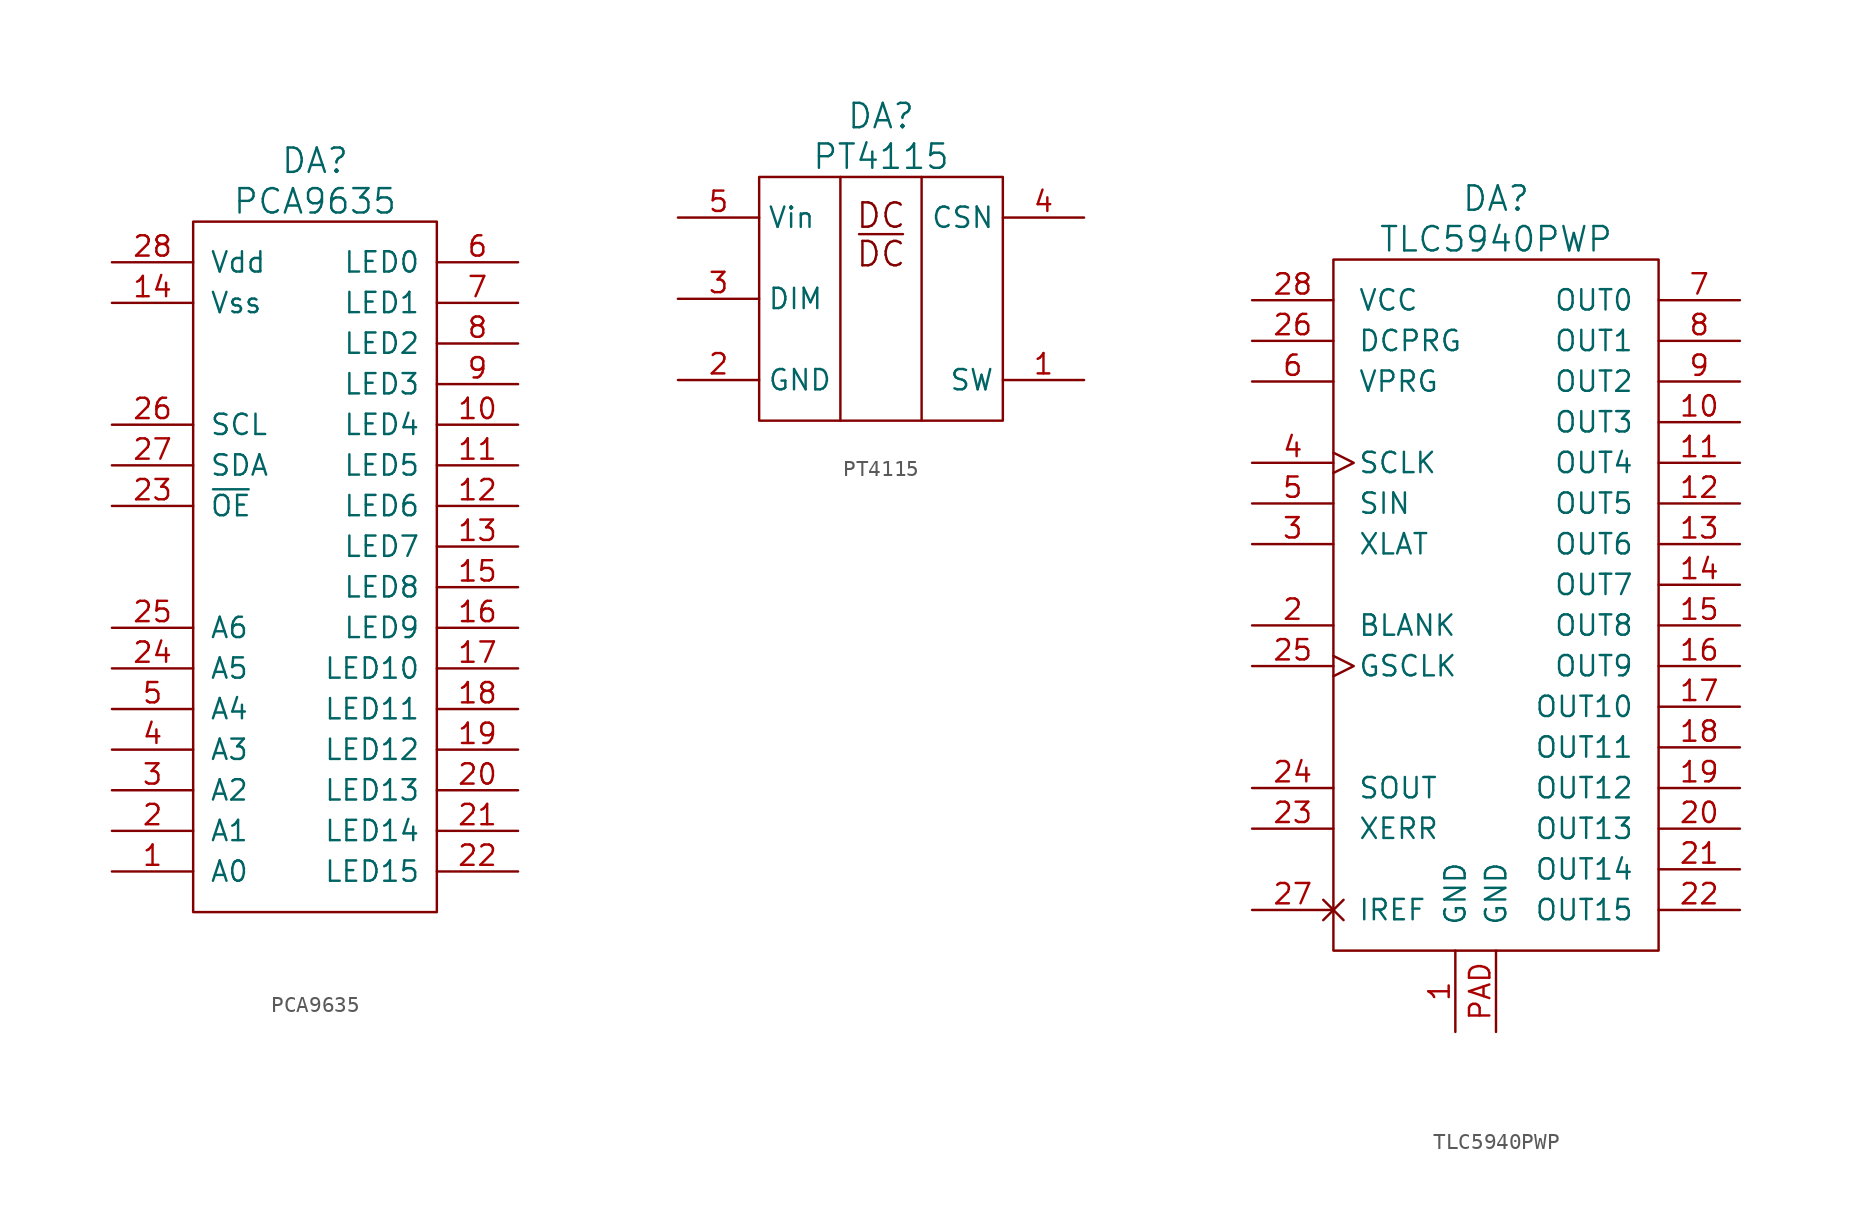
<source format=kicad_sym>
(kicad_symbol_lib
  (version 20220914)
  (generator kicad_symbol_editor)
  (symbol "PCA9635"
    (pin_names
      (offset 1.016))
    (property "Reference" "DA"
      (at 0 25.4 0)
      (effects (font (size 1.524 1.524))))
    (property "Value" "PCA9635"
      (at 0 22.86 0)
      (effects (font (size 1.524 1.524))))
    (symbol "PCA9635_0_1"
      (rectangle (start 7.62 -21.59) (end -7.62 21.59) (stroke (width 0) (type solid)) (fill (type none))))
    (symbol "PCA9635_1_1"
      (pin passive line (at -12.7 -19.05 0) (length 5.08) (name "A0" (effects (font (size 1.27 1.27)))) (number "1" (effects (font (size 1.27 1.27)))))
      (pin passive line (at 12.7 8.89 180) (length 5.08) (name "LED4" (effects (font (size 1.27 1.27)))) (number "10" (effects (font (size 1.27 1.27)))))
      (pin passive line (at 12.7 6.35 180) (length 5.08) (name "LED5" (effects (font (size 1.27 1.27)))) (number "11" (effects (font (size 1.27 1.27)))))
      (pin passive line (at 12.7 3.81 180) (length 5.08) (name "LED6" (effects (font (size 1.27 1.27)))) (number "12" (effects (font (size 1.27 1.27)))))
      (pin passive line (at 12.7 1.27 180) (length 5.08) (name "LED7" (effects (font (size 1.27 1.27)))) (number "13" (effects (font (size 1.27 1.27)))))
      (pin power_in line (at -12.7 16.51 0) (length 5.08) (name "Vss" (effects (font (size 1.27 1.27)))) (number "14" (effects (font (size 1.27 1.27)))))
      (pin passive line (at 12.7 -1.27 180) (length 5.08) (name "LED8" (effects (font (size 1.27 1.27)))) (number "15" (effects (font (size 1.27 1.27)))))
      (pin passive line (at 12.7 -3.81 180) (length 5.08) (name "LED9" (effects (font (size 1.27 1.27)))) (number "16" (effects (font (size 1.27 1.27)))))
      (pin passive line (at 12.7 -6.35 180) (length 5.08) (name "LED10" (effects (font (size 1.27 1.27)))) (number "17" (effects (font (size 1.27 1.27)))))
      (pin passive line (at 12.7 -8.89 180) (length 5.08) (name "LED11" (effects (font (size 1.27 1.27)))) (number "18" (effects (font (size 1.27 1.27)))))
      (pin passive line (at 12.7 -11.43 180) (length 5.08) (name "LED12" (effects (font (size 1.27 1.27)))) (number "19" (effects (font (size 1.27 1.27)))))
      (pin passive line (at -12.7 -16.51 0) (length 5.08) (name "A1" (effects (font (size 1.27 1.27)))) (number "2" (effects (font (size 1.27 1.27)))))
      (pin passive line (at 12.7 -13.97 180) (length 5.08) (name "LED13" (effects (font (size 1.27 1.27)))) (number "20" (effects (font (size 1.27 1.27)))))
      (pin passive line (at 12.7 -16.51 180) (length 5.08) (name "LED14" (effects (font (size 1.27 1.27)))) (number "21" (effects (font (size 1.27 1.27)))))
      (pin passive line (at 12.7 -19.05 180) (length 5.08) (name "LED15" (effects (font (size 1.27 1.27)))) (number "22" (effects (font (size 1.27 1.27)))))
      (pin passive line (at -12.7 3.81 0) (length 5.08) (name "~{OE}" (effects (font (size 1.27 1.27)))) (number "23" (effects (font (size 1.27 1.27)))))
      (pin passive line (at -12.7 -6.35 0) (length 5.08) (name "A5" (effects (font (size 1.27 1.27)))) (number "24" (effects (font (size 1.27 1.27)))))
      (pin passive line (at -12.7 -3.81 0) (length 5.08) (name "A6" (effects (font (size 1.27 1.27)))) (number "25" (effects (font (size 1.27 1.27)))))
      (pin passive line (at -12.7 8.89 0) (length 5.08) (name "SCL" (effects (font (size 1.27 1.27)))) (number "26" (effects (font (size 1.27 1.27)))))
      (pin passive line (at -12.7 6.35 0) (length 5.08) (name "SDA" (effects (font (size 1.27 1.27)))) (number "27" (effects (font (size 1.27 1.27)))))
      (pin power_in line (at -12.7 19.05 0) (length 5.08) (name "Vdd" (effects (font (size 1.27 1.27)))) (number "28" (effects (font (size 1.27 1.27)))))
      (pin passive line (at -12.7 -13.97 0) (length 5.08) (name "A2" (effects (font (size 1.27 1.27)))) (number "3" (effects (font (size 1.27 1.27)))))
      (pin passive line (at -12.7 -11.43 0) (length 5.08) (name "A3" (effects (font (size 1.27 1.27)))) (number "4" (effects (font (size 1.27 1.27)))))
      (pin passive line (at -12.7 -8.89 0) (length 5.08) (name "A4" (effects (font (size 1.27 1.27)))) (number "5" (effects (font (size 1.27 1.27)))))
      (pin passive line (at 12.7 19.05 180) (length 5.08) (name "LED0" (effects (font (size 1.27 1.27)))) (number "6" (effects (font (size 1.27 1.27)))))
      (pin passive line (at 12.7 16.51 180) (length 5.08) (name "LED1" (effects (font (size 1.27 1.27)))) (number "7" (effects (font (size 1.27 1.27)))))
      (pin passive line (at 12.7 13.97 180) (length 5.08) (name "LED2" (effects (font (size 1.27 1.27)))) (number "8" (effects (font (size 1.27 1.27)))))
      (pin passive line (at 12.7 11.43 180) (length 5.08) (name "LED3" (effects (font (size 1.27 1.27)))) (number "9" (effects (font (size 1.27 1.27)))))))
  (symbol "PT4115"
    (property "Reference" "DA"
      (at 0 11.43 0)
      (effects (font (size 1.524 1.524))))
    (property "Value" "PT4115"
      (at 0 8.89 0)
      (effects (font (size 1.524 1.524))))
    (property "Datasheet" ""
      (at -1.27 -5.08 0)
      (effects (font (size 1.524 1.524))))
    (symbol "PT4115_0_0"
      (text "DC" (at 0 5.207 0) (effects (font (size 1.524 1.524))))
      (text "~{DC}" (at 0 2.794 0) (effects (font (size 1.524 1.524)))))
    (symbol "PT4115_0_1"
      (rectangle (start -7.62 7.62) (end 7.62 -7.62) (stroke (width 0) (type solid)) (fill (type none)))
      (polyline (pts (xy 2.54 7.62) (xy 2.54 -7.62)) (stroke (width 0) (type solid)) (fill (type none)))
      (polyline (pts (xy -2.54 7.62) (xy -2.54 -2.54) (xy -2.54 -7.62)) (stroke (width 0) (type solid)) (fill (type none))))
    (symbol "PT4115_1_1"
      (pin passive line (at 12.7 -5.08 180) (length 5.08) (name "SW" (effects (font (size 1.27 1.27)))) (number "1" (effects (font (size 1.27 1.27)))))
      (pin power_in line (at -12.7 -5.08 0) (length 5.08) (name "GND" (effects (font (size 1.27 1.27)))) (number "2" (effects (font (size 1.27 1.27)))))
      (pin passive line (at -12.7 0 0) (length 5.08) (name "DIM" (effects (font (size 1.27 1.27)))) (number "3" (effects (font (size 1.27 1.27)))))
      (pin passive line (at 12.7 5.08 180) (length 5.08) (name "CSN" (effects (font (size 1.27 1.27)))) (number "4" (effects (font (size 1.27 1.27)))))
      (pin power_in line (at -12.7 5.08 0) (length 5.08) (name "Vin" (effects (font (size 1.27 1.27)))) (number "5" (effects (font (size 1.27 1.27)))))))
  (symbol "TLC5940PWP"
    (pin_names
      (offset 1.524))
    (property "Reference" "DA"
      (at 0 25.4 0)
      (effects (font (size 1.524 1.524))))
    (property "Value" "TLC5940PWP"
      (at 0 22.86 0)
      (effects (font (size 1.524 1.524))))
    (property "Datasheet" ""
      (at 0 27.94 0)
      (effects (font (size 1.524 1.524))))
    (symbol "TLC5940PWP_0_1"
      (rectangle (start 10.16 21.59) (end -10.16 -21.59) (stroke (width 0) (type solid)) (fill (type none))))
    (symbol "TLC5940PWP_1_1"
      (pin power_in line (at -2.54 -26.67 90) (length 5.08) (name "GND" (effects (font (size 1.27 1.27)))) (number "1" (effects (font (size 1.27 1.27)))))
      (pin passive line (at 15.24 11.43 180) (length 5.08) (name "OUT3" (effects (font (size 1.27 1.27)))) (number "10" (effects (font (size 1.27 1.27)))))
      (pin passive line (at 15.24 8.89 180) (length 5.08) (name "OUT4" (effects (font (size 1.27 1.27)))) (number "11" (effects (font (size 1.27 1.27)))))
      (pin passive line (at 15.24 6.35 180) (length 5.08) (name "OUT5" (effects (font (size 1.27 1.27)))) (number "12" (effects (font (size 1.27 1.27)))))
      (pin passive line (at 15.24 3.81 180) (length 5.08) (name "OUT6" (effects (font (size 1.27 1.27)))) (number "13" (effects (font (size 1.27 1.27)))))
      (pin passive line (at 15.24 1.27 180) (length 5.08) (name "OUT7" (effects (font (size 1.27 1.27)))) (number "14" (effects (font (size 1.27 1.27)))))
      (pin passive line (at 15.24 -1.27 180) (length 5.08) (name "OUT8" (effects (font (size 1.27 1.27)))) (number "15" (effects (font (size 1.27 1.27)))))
      (pin passive line (at 15.24 -3.81 180) (length 5.08) (name "OUT9" (effects (font (size 1.27 1.27)))) (number "16" (effects (font (size 1.27 1.27)))))
      (pin passive line (at 15.24 -6.35 180) (length 5.08) (name "OUT10" (effects (font (size 1.27 1.27)))) (number "17" (effects (font (size 1.27 1.27)))))
      (pin passive line (at 15.24 -8.89 180) (length 5.08) (name "OUT11" (effects (font (size 1.27 1.27)))) (number "18" (effects (font (size 1.27 1.27)))))
      (pin passive line (at 15.24 -11.43 180) (length 5.08) (name "OUT12" (effects (font (size 1.27 1.27)))) (number "19" (effects (font (size 1.27 1.27)))))
      (pin passive line (at -15.24 -1.27 0) (length 5.08) (name "BLANK" (effects (font (size 1.27 1.27)))) (number "2" (effects (font (size 1.27 1.27)))))
      (pin passive line (at 15.24 -13.97 180) (length 5.08) (name "OUT13" (effects (font (size 1.27 1.27)))) (number "20" (effects (font (size 1.27 1.27)))))
      (pin passive line (at 15.24 -16.51 180) (length 5.08) (name "OUT14" (effects (font (size 1.27 1.27)))) (number "21" (effects (font (size 1.27 1.27)))))
      (pin passive line (at 15.24 -19.05 180) (length 5.08) (name "OUT15" (effects (font (size 1.27 1.27)))) (number "22" (effects (font (size 1.27 1.27)))))
      (pin open_collector line (at -15.24 -13.97 0) (length 5.08) (name "XERR" (effects (font (size 1.27 1.27)))) (number "23" (effects (font (size 1.27 1.27)))))
      (pin output line (at -15.24 -11.43 0) (length 5.08) (name "SOUT" (effects (font (size 1.27 1.27)))) (number "24" (effects (font (size 1.27 1.27)))))
      (pin input clock (at -15.24 -3.81 0) (length 5.08) (name "GSCLK" (effects (font (size 1.27 1.27)))) (number "25" (effects (font (size 1.27 1.27)))))
      (pin passive line (at -15.24 16.51 0) (length 5.08) (name "DCPRG" (effects (font (size 1.27 1.27)))) (number "26" (effects (font (size 1.27 1.27)))))
      (pin passive non_logic (at -15.24 -19.05 0) (length 5.08) (name "IREF" (effects (font (size 1.27 1.27)))) (number "27" (effects (font (size 1.27 1.27)))))
      (pin power_in line (at -15.24 19.05 0) (length 5.08) (name "VCC" (effects (font (size 1.27 1.27)))) (number "28" (effects (font (size 1.27 1.27)))))
      (pin passive line (at -15.24 3.81 0) (length 5.08) (name "XLAT" (effects (font (size 1.27 1.27)))) (number "3" (effects (font (size 1.27 1.27)))))
      (pin input clock (at -15.24 8.89 0) (length 5.08) (name "SCLK" (effects (font (size 1.27 1.27)))) (number "4" (effects (font (size 1.27 1.27)))))
      (pin input line (at -15.24 6.35 0) (length 5.08) (name "SIN" (effects (font (size 1.27 1.27)))) (number "5" (effects (font (size 1.27 1.27)))))
      (pin passive line (at -15.24 13.97 0) (length 5.08) (name "VPRG" (effects (font (size 1.27 1.27)))) (number "6" (effects (font (size 1.27 1.27)))))
      (pin passive line (at 15.24 19.05 180) (length 5.08) (name "OUT0" (effects (font (size 1.27 1.27)))) (number "7" (effects (font (size 1.27 1.27)))))
      (pin passive line (at 15.24 16.51 180) (length 5.08) (name "OUT1" (effects (font (size 1.27 1.27)))) (number "8" (effects (font (size 1.27 1.27)))))
      (pin passive line (at 15.24 13.97 180) (length 5.08) (name "OUT2" (effects (font (size 1.27 1.27)))) (number "9" (effects (font (size 1.27 1.27)))))
      (pin power_in line (at 0 -26.67 90) (length 5.08) (name "GND" (effects (font (size 1.27 1.27)))) (number "PAD" (effects (font (size 1.27 1.27))))))))
</source>
